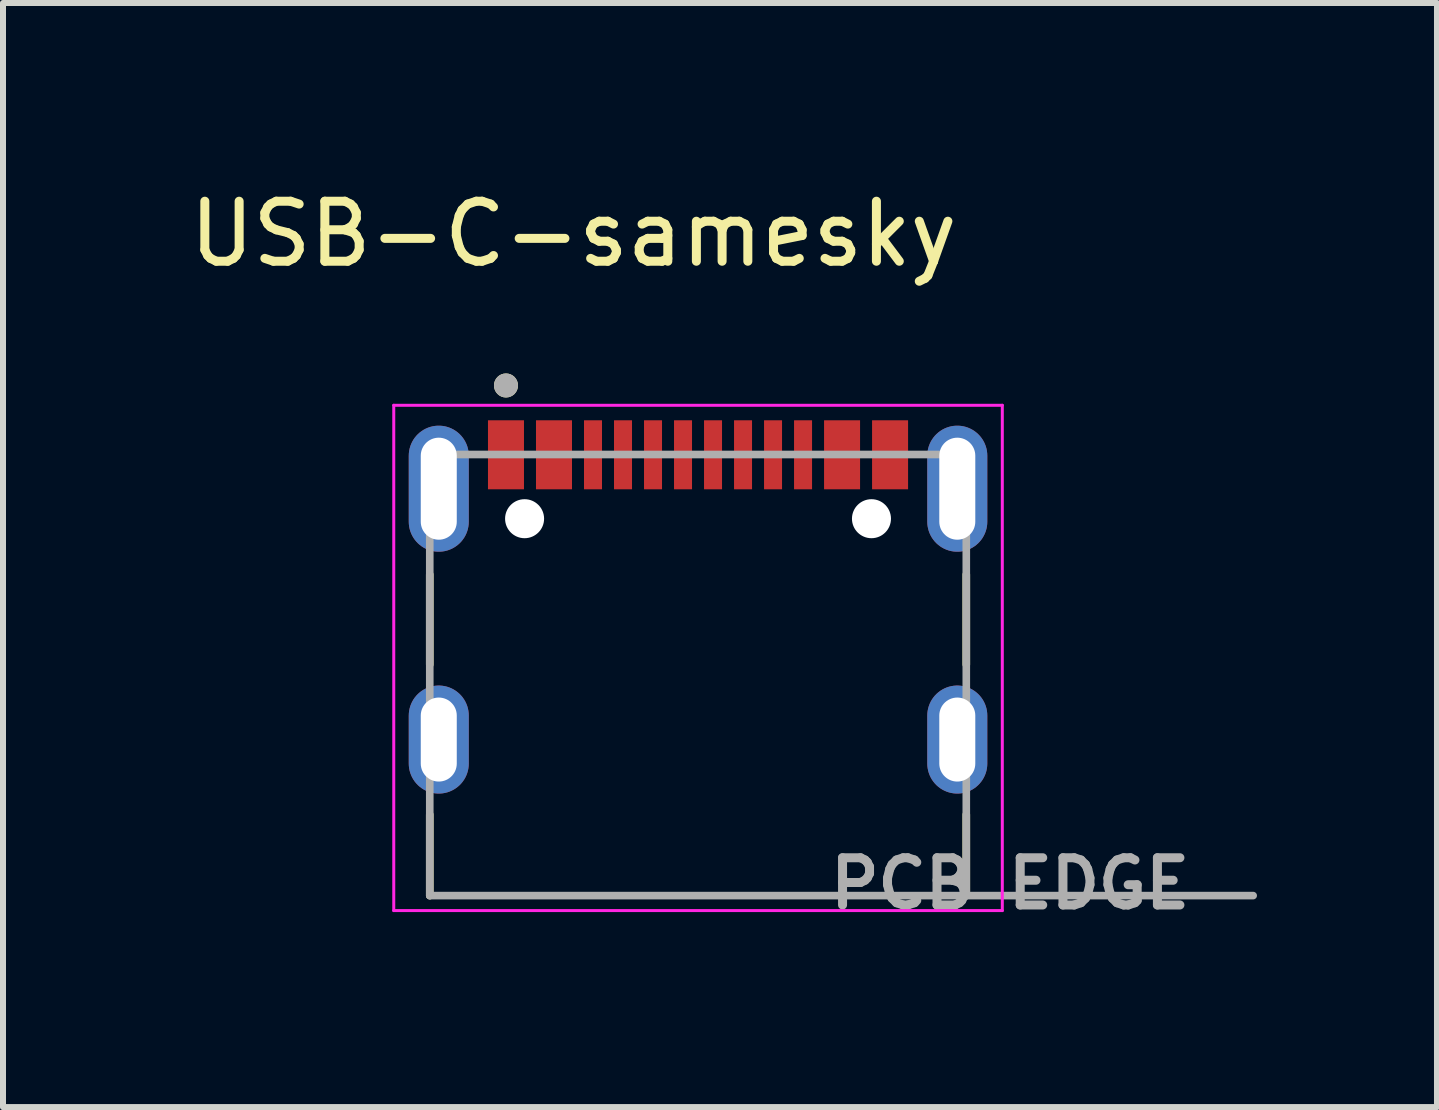
<source format=kicad_pcb>
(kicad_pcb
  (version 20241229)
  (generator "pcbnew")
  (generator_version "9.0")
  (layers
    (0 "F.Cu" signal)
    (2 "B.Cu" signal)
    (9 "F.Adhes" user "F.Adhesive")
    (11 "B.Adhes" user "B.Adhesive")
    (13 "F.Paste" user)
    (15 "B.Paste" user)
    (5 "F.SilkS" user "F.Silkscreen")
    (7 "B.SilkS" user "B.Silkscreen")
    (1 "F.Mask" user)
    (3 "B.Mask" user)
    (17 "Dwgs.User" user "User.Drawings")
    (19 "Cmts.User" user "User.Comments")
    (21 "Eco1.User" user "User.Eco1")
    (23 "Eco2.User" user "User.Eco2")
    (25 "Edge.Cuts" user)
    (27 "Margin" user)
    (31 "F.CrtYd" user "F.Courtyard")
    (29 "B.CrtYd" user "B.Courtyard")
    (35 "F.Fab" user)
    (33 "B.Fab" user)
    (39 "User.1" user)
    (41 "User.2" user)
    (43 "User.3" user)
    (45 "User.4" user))
  (footprint "USB-C-samesky"
    (layer "F.Cu")
    (at 8.581 11.873)
    (property "Reference" "USB-C-samesky" (at -2.075 -11.025 0) (layer "F.SilkS") (effects (font (size 1 1) (thickness 0.15))))
    (attr smd)
    (fp_line (start -4.47 -5.35) (end -4.47 -3.85) (stroke (width 0.127) (type solid)) (layer "F.SilkS"))
    (fp_line (start -4.47 -1.35) (end -4.47 0) (stroke (width 0.127) (type solid)) (layer "F.SilkS"))
    (fp_line (start 4.47 -5.35) (end 4.47 -3.85) (stroke (width 0.127) (type solid)) (layer "F.SilkS"))
    (fp_line (start 4.47 -1.35) (end 4.47 0) (stroke (width 0.127) (type solid)) (layer "F.SilkS"))
    (fp_circle (center -3.2 -8.5) (end -3.1 -8.5) (stroke (width 0.2) (type solid)) (fill no) (layer "F.SilkS"))
    (fp_line (start -5.07 -8.17) (end -5.07 0.25) (stroke (width 0.05) (type solid)) (layer "F.CrtYd"))
    (fp_line (start -5.07 0.25) (end 5.07 0.25) (stroke (width 0.05) (type solid)) (layer "F.CrtYd"))
    (fp_line (start 5.07 -8.17) (end -5.07 -8.17) (stroke (width 0.05) (type solid)) (layer "F.CrtYd"))
    (fp_line (start 5.07 0.25) (end 5.07 -8.17) (stroke (width 0.05) (type solid)) (layer "F.CrtYd"))
    (fp_line (start -4.47 -7.35) (end -4.47 0) (stroke (width 0.127) (type solid)) (layer "F.Fab"))
    (fp_line (start -4.47 0) (end 4.47 0) (stroke (width 0.127) (type solid)) (layer "F.Fab"))
    (fp_line (start 4.47 -7.35) (end -4.47 -7.35) (stroke (width 0.127) (type solid)) (layer "F.Fab"))
    (fp_line (start 4.47 0) (end 4.47 -7.35) (stroke (width 0.127) (type solid)) (layer "F.Fab"))
    (fp_line (start 4.47 0) (end 9.25 0) (stroke (width 0.127) (type solid)) (layer "F.Fab"))
    (fp_circle (center -3.2 -8.5) (end -3.1 -8.5) (stroke (width 0.2) (type solid)) (fill no) (layer "F.Fab"))
    (fp_text user "PCB EDGE" (at 5.2 -0.2 0) (layer "F.Fab") (effects (font (size 0.787 0.787) (thickness 0.15))))
    (pad "" np_thru_hole circle (at -2.89 -6.28) (size 0.65 0.65) (drill 0.65) (layers "*.Cu" "*.Mask"))
    (pad "" np_thru_hole circle (at 2.89 -6.28) (size 0.65 0.65) (drill 0.65) (layers "*.Cu" "*.Mask"))
    (pad "A1_B12" smd rect (at -3.2 -7.345) (size 0.6 1.15) (layers "F.Cu" "F.Mask" "F.Paste"))
    (pad "A4_B9" smd rect (at -2.4 -7.345) (size 0.6 1.15) (layers "F.Cu" "F.Mask" "F.Paste"))
    (pad "A5" smd rect (at -1.25 -7.345) (size 0.3 1.15) (layers "F.Cu" "F.Mask" "F.Paste"))
    (pad "A6" smd rect (at -0.25 -7.345) (size 0.3 1.15) (layers "F.Cu" "F.Mask" "F.Paste"))
    (pad "A7" smd rect (at 0.25 -7.345) (size 0.3 1.15) (layers "F.Cu" "F.Mask" "F.Paste"))
    (pad "A8" smd rect (at 1.25 -7.345) (size 0.3 1.15) (layers "F.Cu" "F.Mask" "F.Paste"))
    (pad "B1_A12" smd rect (at 3.2 -7.345) (size 0.6 1.15) (layers "F.Cu" "F.Mask" "F.Paste"))
    (pad "B4_A9" smd rect (at 2.4 -7.345) (size 0.6 1.15) (layers "F.Cu" "F.Mask" "F.Paste"))
    (pad "B5" smd rect (at 1.75 -7.345) (size 0.3 1.15) (layers "F.Cu" "F.Mask" "F.Paste"))
    (pad "B6" smd rect (at 0.75 -7.345) (size 0.3 1.15) (layers "F.Cu" "F.Mask" "F.Paste"))
    (pad "B7" smd rect (at -0.75 -7.345) (size 0.3 1.15) (layers "F.Cu" "F.Mask" "F.Paste"))
    (pad "B8" smd rect (at -1.75 -7.345) (size 0.3 1.15) (layers "F.Cu" "F.Mask" "F.Paste"))
    (pad "SH1" thru_hole oval (at -4.32 -6.78) (size 1 2.1) (drill oval 0.6 1.7) (layers "*.Cu" "*.Mask"))
    (pad "SH2" thru_hole oval (at 4.32 -6.78) (size 1 2.1) (drill oval 0.6 1.7) (layers "*.Cu" "*.Mask"))
    (pad "SH3" thru_hole oval (at -4.32 -2.6) (size 1 1.8) (drill oval 0.6 1.4) (layers "*.Cu" "*.Mask"))
    (pad "SH4" thru_hole oval (at 4.32 -2.6) (size 1 1.8) (drill oval 0.6 1.4) (layers "*.Cu" "*.Mask")))
  (gr_rect
    (start -3 -3)
    (end 20.894 15.397)
    (stroke (width 0.1) (type default))
    (fill no)
    (layer "Edge.Cuts")))
</source>
